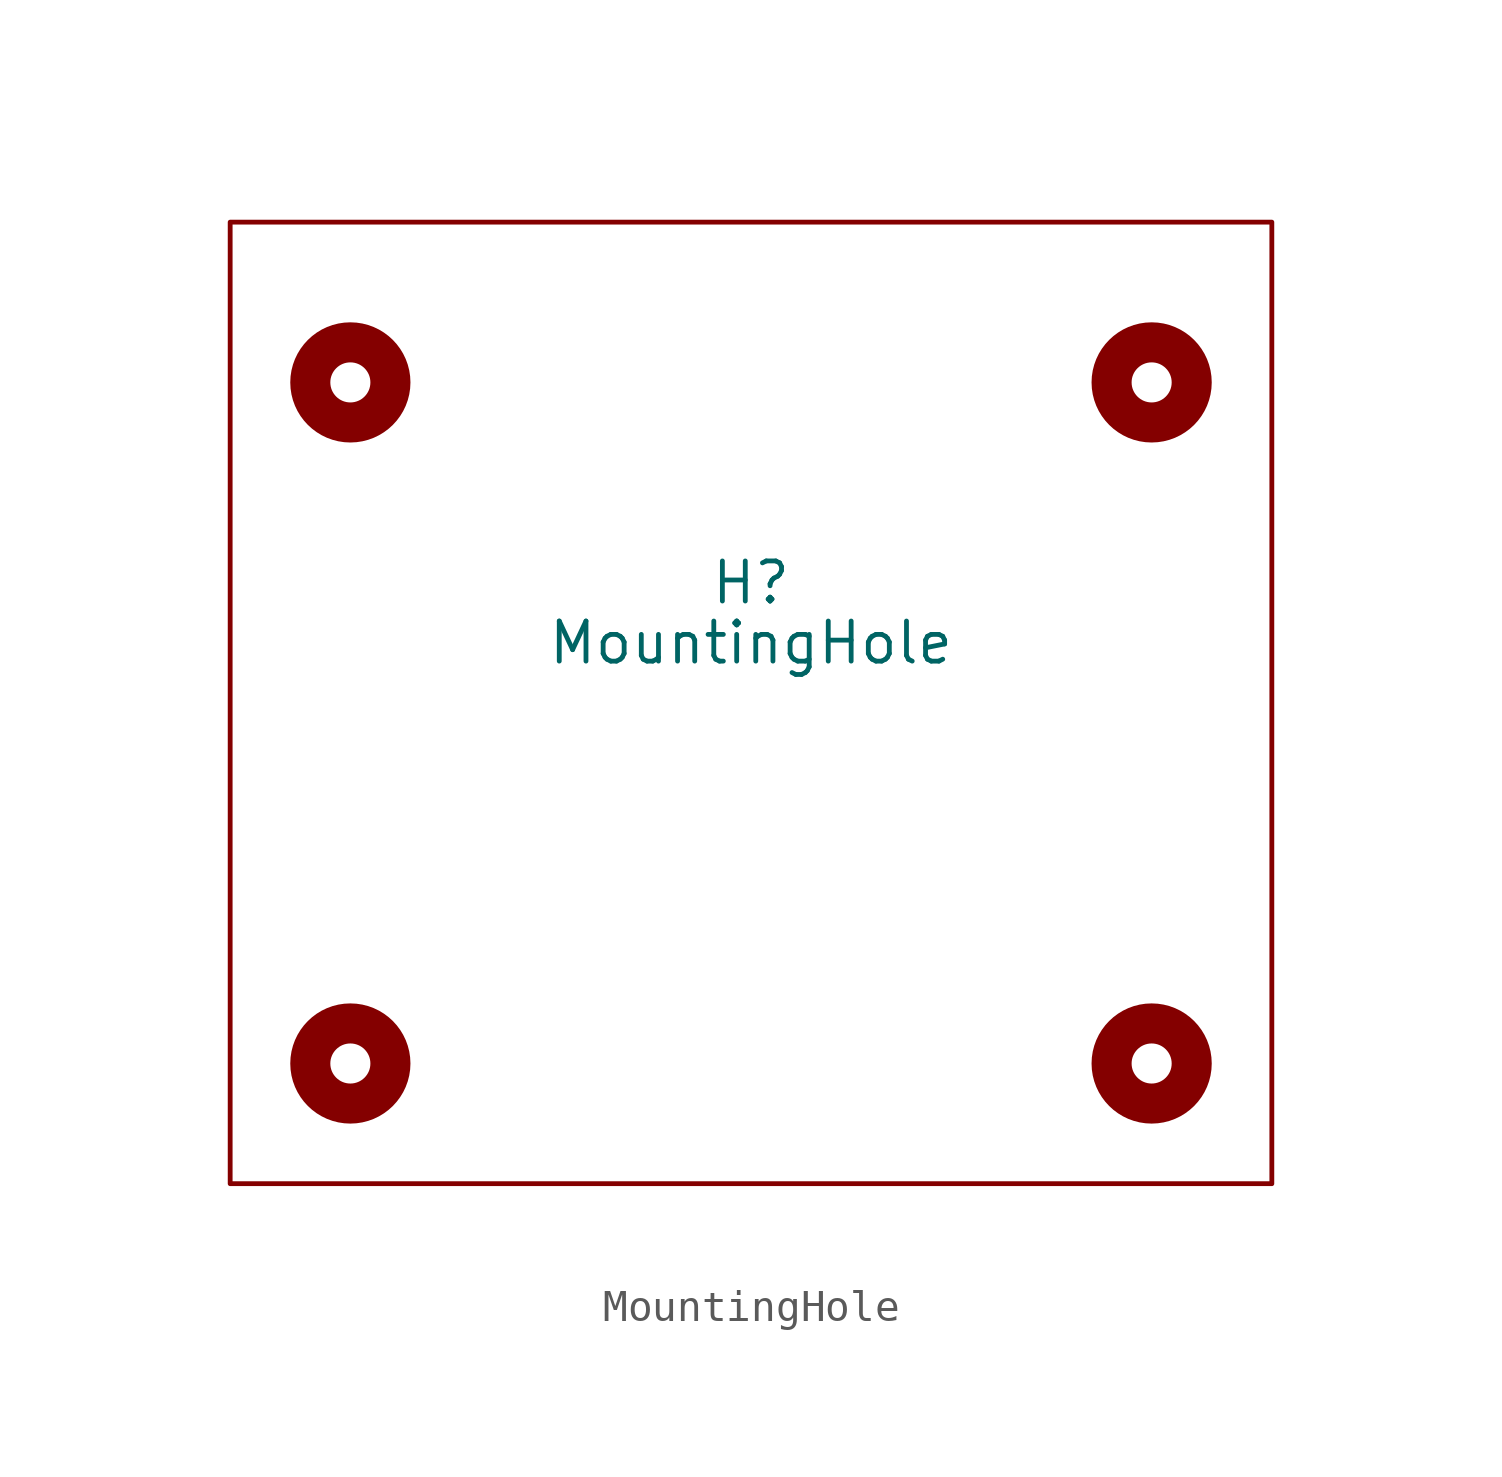
<source format=kicad_sym>
(kicad_symbol_lib
  (version 20231120)
  (generator "kicad_symbol_editor")
  (generator_version "8.0")
  (symbol "MountingHole"
    (pin_names
      (offset 1.016))
    (property "Reference" "H"
      (at 0 5.08 0)
      (effects (font (size 1.27 1.27))))
    (property "Value" "MountingHole"
      (at 0 3.175 0)
      (effects (font (size 1.27 1.27))))
    (symbol "MountingHole_0_1"
      (rectangle (start -16.51 16.51) (end 16.51 -13.97) (stroke (width 0) (type default)) (fill (type none)))
      (circle (center -12.7 -10.16) (radius 1.27) (stroke (width 1.27) (type default)) (fill (type none)))
      (circle (center -12.7 11.43) (radius 1.27) (stroke (width 1.27) (type default)) (fill (type none)))
      (circle (center 12.7 -10.16) (radius 1.27) (stroke (width 1.27) (type default)) (fill (type none)))
      (circle (center 12.7 11.43) (radius 1.27) (stroke (width 1.27) (type default)) (fill (type none))))))
</source>
